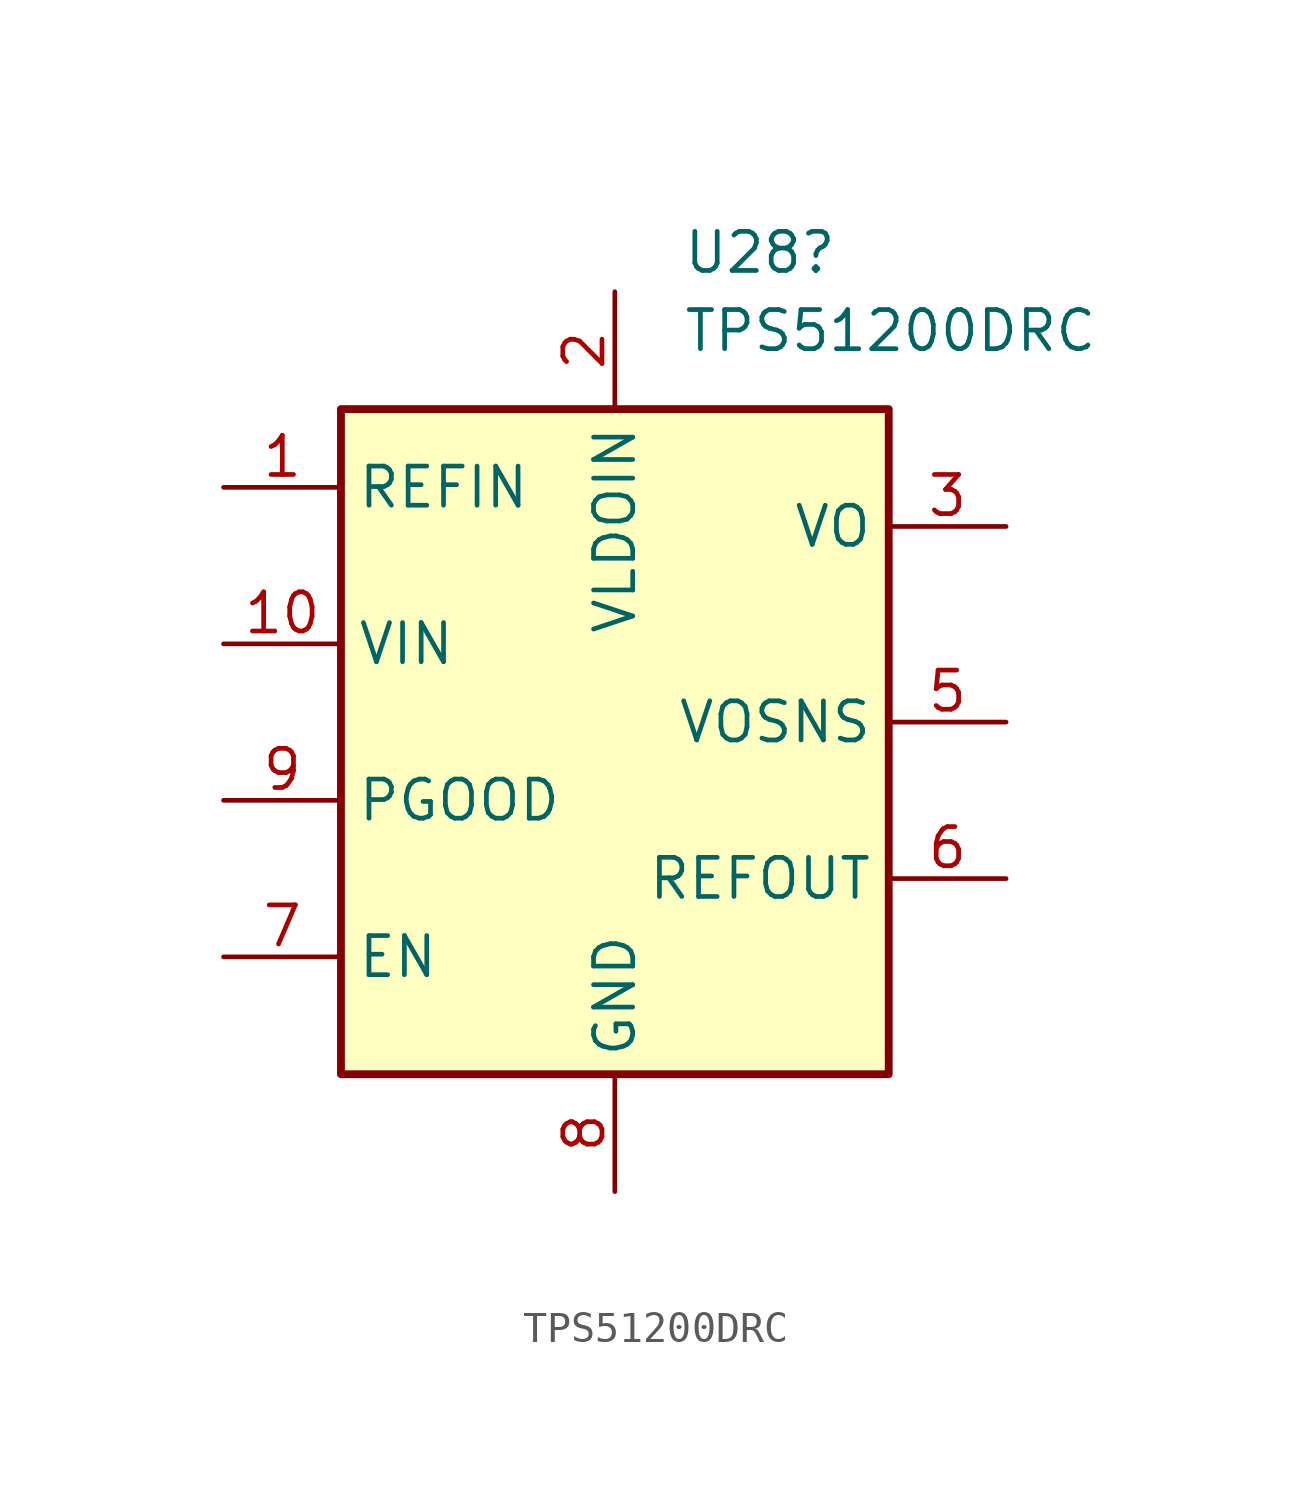
<source format=kicad_sym>
(kicad_symbol_lib
  (version 20231120)
  (generator "kicad_symbol_editor")
  (generator_version "8.0")
  (symbol "TPS51200DRC"
    (property "Reference" "U28"
      (at 2.194 13.97 0)
      (effects (font (size 1.27 1.27)) (justify left)))
    (property "Value" "TPS51200DRC"
      (at 2.194 11.43 0)
      (effects (font (size 1.27 1.27)) (justify left)))
    (symbol "TPS51200DRC_0_1"
      (rectangle (start -8.89 8.89) (end 8.89 -12.7) (stroke (width 0.254) (type default)) (fill (type background)))
      (pin power_in line (at -12.7 1.27 0) (length 3.81) (name "VIN" (effects (font (size 1.27 1.27)))) (number "10" (effects (font (size 1.27 1.27)))))
      (pin passive line (at 0 -16.51 90) (length 3.81) hide (name "GND" (effects (font (size 1.27 1.27)))) (number "11" (effects (font (size 1.27 1.27)))))
      (pin power_in line (at 0 12.7 270) (length 3.81) (name "VLDOIN" (effects (font (size 1.27 1.27)))) (number "2" (effects (font (size 1.27 1.27)))))
      (pin power_out line (at 12.7 5.08 180) (length 3.81) (name "VO" (effects (font (size 1.27 1.27)))) (number "3" (effects (font (size 1.27 1.27)))))
      (pin passive line (at 0 -16.51 90) (length 3.81) hide (name "GND" (effects (font (size 1.27 1.27)))) (number "4" (effects (font (size 1.27 1.27)))))
      (pin output line (at 12.7 -6.35 180) (length 3.81) (name "REFOUT" (effects (font (size 1.27 1.27)))) (number "6" (effects (font (size 1.27 1.27)))))
      (pin input line (at -12.7 -8.89 0) (length 3.81) (name "EN" (effects (font (size 1.27 1.27)))) (number "7" (effects (font (size 1.27 1.27)))))
      (pin power_in line (at 0 -16.51 90) (length 3.81) (name "GND" (effects (font (size 1.27 1.27)))) (number "8" (effects (font (size 1.27 1.27))))))
    (symbol "TPS51200DRC_1_1"
      (pin input line (at -12.7 6.35 0) (length 3.81) (name "REFIN" (effects (font (size 1.27 1.27)))) (number "1" (effects (font (size 1.27 1.27)))))
      (pin input line (at 12.7 -1.27 180) (length 3.81) (name "VOSNS" (effects (font (size 1.27 1.27)))) (number "5" (effects (font (size 1.27 1.27)))))
      (pin open_collector line (at -12.7 -3.81 0) (length 3.81) (name "PGOOD" (effects (font (size 1.27 1.27)))) (number "9" (effects (font (size 1.27 1.27))))))))
</source>
